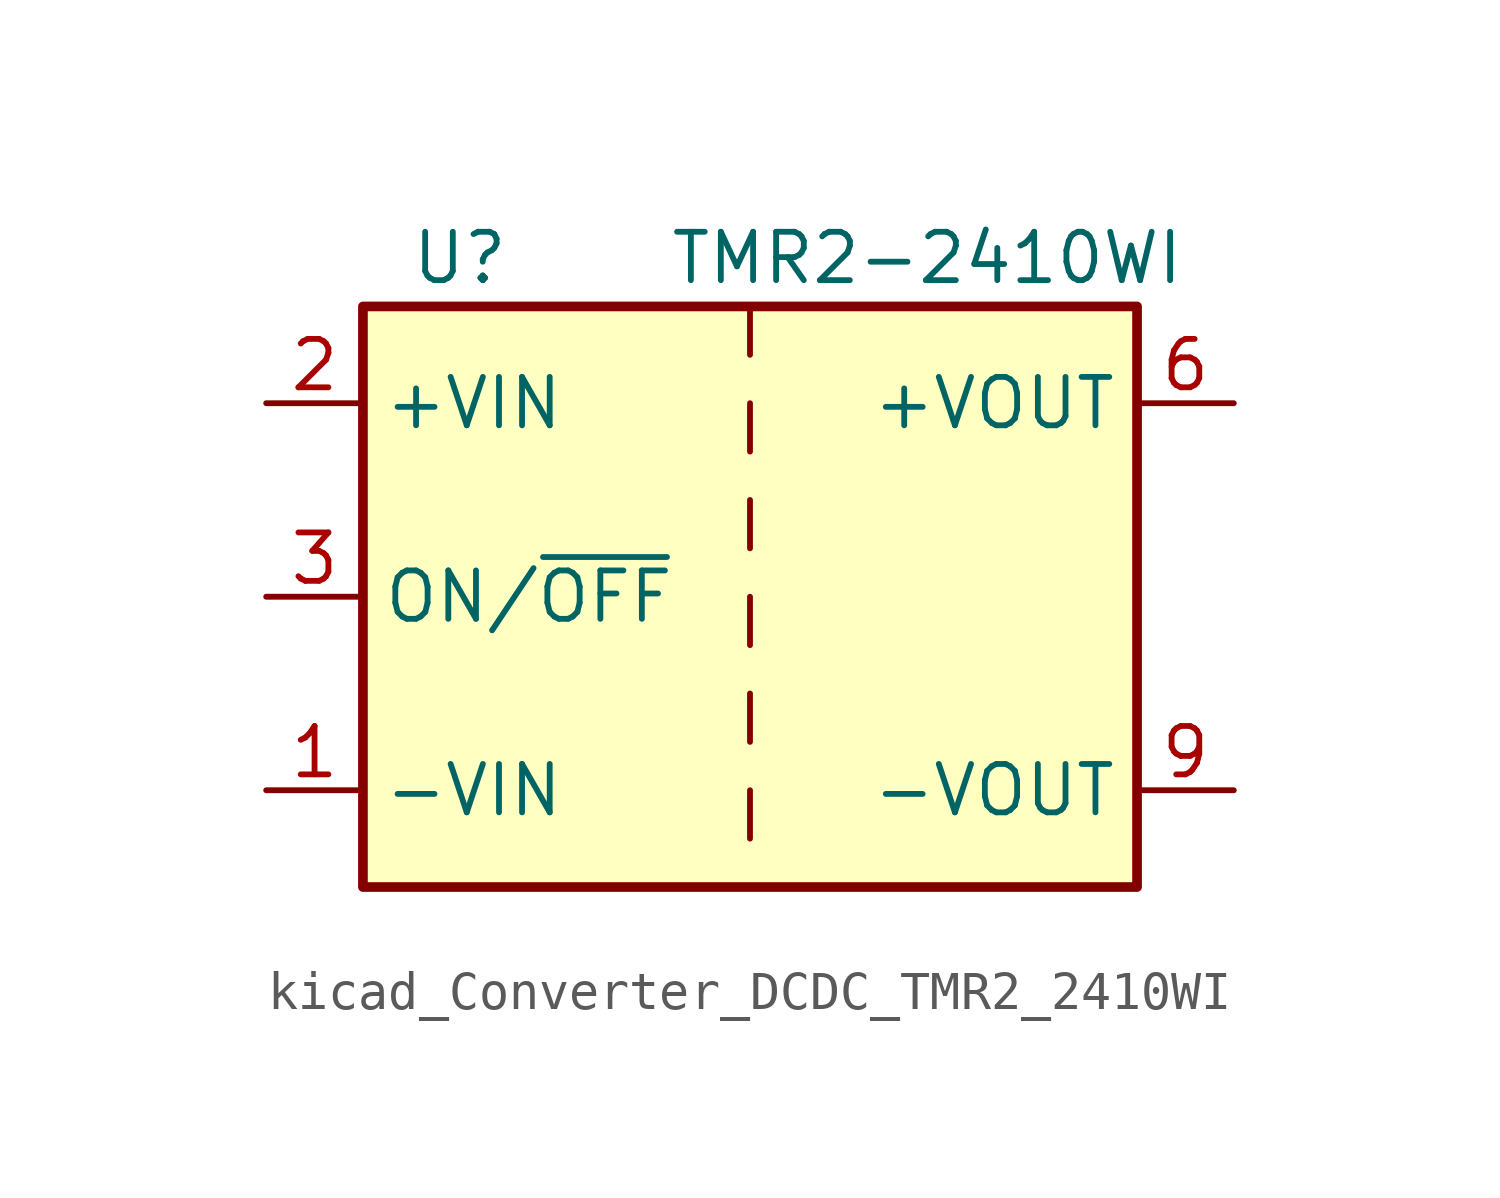
<source format=kicad_sym>
(kicad_symbol_lib
  (version 20220914)
  (generator kicad_symbol_editor)
  (symbol "kicad_Converter_DCDC_TMR2_2410WI"
    (property "Reference" "U"
      (at -7.62 8.89 0)
      (effects (font (size 1.27 1.27))))
    (property "Value" "TMR2-2410WI"
      (at 11.43 8.89 0)
      (effects (font (size 1.27 1.27)) (justify right)))
    (symbol "kicad_Converter_DCDC_TMR2_2410WI_0_1"
      (rectangle (start -10.16 7.62) (end 10.16 -7.62) (stroke (width 0.254) (type default)) (fill (type background)))
      (polyline (pts (xy 0 -5.08) (xy 0 -6.35)) (stroke (width 0) (type default)) (fill (type none)))
      (polyline (pts (xy 0 -2.54) (xy 0 -3.81)) (stroke (width 0) (type default)) (fill (type none)))
      (polyline (pts (xy 0 0) (xy 0 -1.27)) (stroke (width 0) (type default)) (fill (type none)))
      (polyline (pts (xy 0 2.54) (xy 0 1.27)) (stroke (width 0) (type default)) (fill (type none)))
      (polyline (pts (xy 0 5.08) (xy 0 3.81)) (stroke (width 0) (type default)) (fill (type none)))
      (polyline (pts (xy 0 7.62) (xy 0 6.35)) (stroke (width 0) (type default)) (fill (type none))))
    (symbol "kicad_Converter_DCDC_TMR2_2410WI_1_1"
      (pin power_in line (at -12.7 -5.08 0) (length 2.54) (name "-VIN" (effects (font (size 1.27 1.27)))) (number "1" (effects (font (size 1.27 1.27)))))
      (pin power_in line (at -12.7 5.08 0) (length 2.54) (name "+VIN" (effects (font (size 1.27 1.27)))) (number "2" (effects (font (size 1.27 1.27)))))
      (pin input line (at -12.7 0 0) (length 2.54) (name "ON/~{OFF}" (effects (font (size 1.27 1.27)))) (number "3" (effects (font (size 1.27 1.27)))))
      (pin power_out line (at 12.7 5.08 180) (length 2.54) (name "+VOUT" (effects (font (size 1.27 1.27)))) (number "6" (effects (font (size 1.27 1.27)))))
      (pin no_connect line (at 10.16 2.54 180) (length 2.54) hide (name "NC" (effects (font (size 1.27 1.27)))) (number "7" (effects (font (size 1.27 1.27)))))
      (pin no_connect line (at 10.16 0 180) (length 2.54) hide (name "NC" (effects (font (size 1.27 1.27)))) (number "8" (effects (font (size 1.27 1.27)))))
      (pin power_out line (at 12.7 -5.08 180) (length 2.54) (name "-VOUT" (effects (font (size 1.27 1.27)))) (number "9" (effects (font (size 1.27 1.27))))))))
</source>
